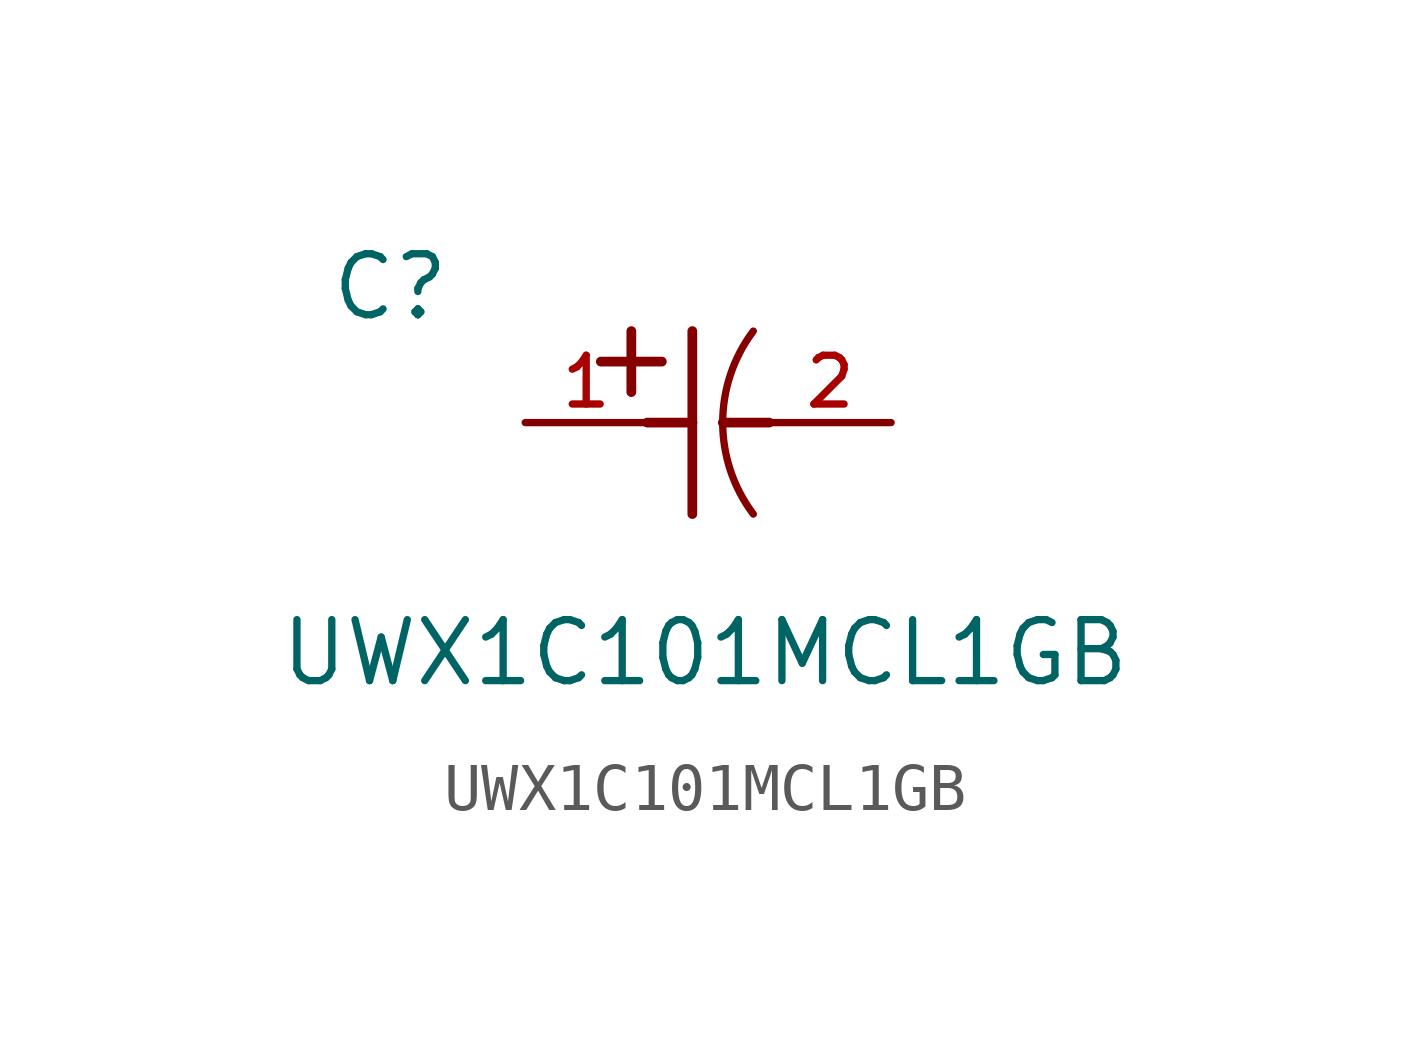
<source format=kicad_sym>
(kicad_symbol_lib
  (version 20211014)
  (generator kicad_symbol_editor)
  (symbol "UWX1C101MCL1GB"
    (pin_names
      (offset 1.016))
    (property "Reference" "C"
      (at -4.089 2.083 0.0)
      (effects (font (size 1.27 1.27)) (justify bottom left)))
    (property "Value" "UWX1C101MCL1GB"
      (at -5.156 -5.537 0.0)
      (effects (font (size 1.27 1.27)) (justify bottom left)))
    (symbol "UWX1C101MCL1GB_0_0"
      (polyline (pts (xy 2.21 0.635) (xy 2.21 1.905)) (stroke (width 0.203)))
      (polyline (pts (xy 4.115 0.0) (xy 5.08 0.0)) (stroke (width 0.203)))
      (polyline (pts (xy 3.48 -1.905) (xy 3.48 0.0)) (stroke (width 0.203)))
      (polyline (pts (xy 3.48 0.0) (xy 3.48 1.905)) (stroke (width 0.203)))
      (polyline (pts (xy 1.575 1.27) (xy 2.845 1.27)) (stroke (width 0.203)))
      (polyline (pts (xy 2.54 0.0) (xy 3.48 0.0)) (stroke (width 0.203)))
      (arc (start 4.7498 1.905) (mid 4.1124 -0.0) (end 4.7498 -1.905) (stroke (width 0.1524) (type default) (color 0 0 0 0)) (fill (type none)))
      (pin passive line (at 7.62 0.0 180.0) (length 2.54) (name "~" (effects (font (size 1.016 1.016)))) (number "2" (effects (font (size 1.016 1.016)))))
      (pin passive line (at 0.0 0.0 0) (length 2.54) (name "~" (effects (font (size 1.016 1.016)))) (number "1" (effects (font (size 1.016 1.016))))))))
</source>
